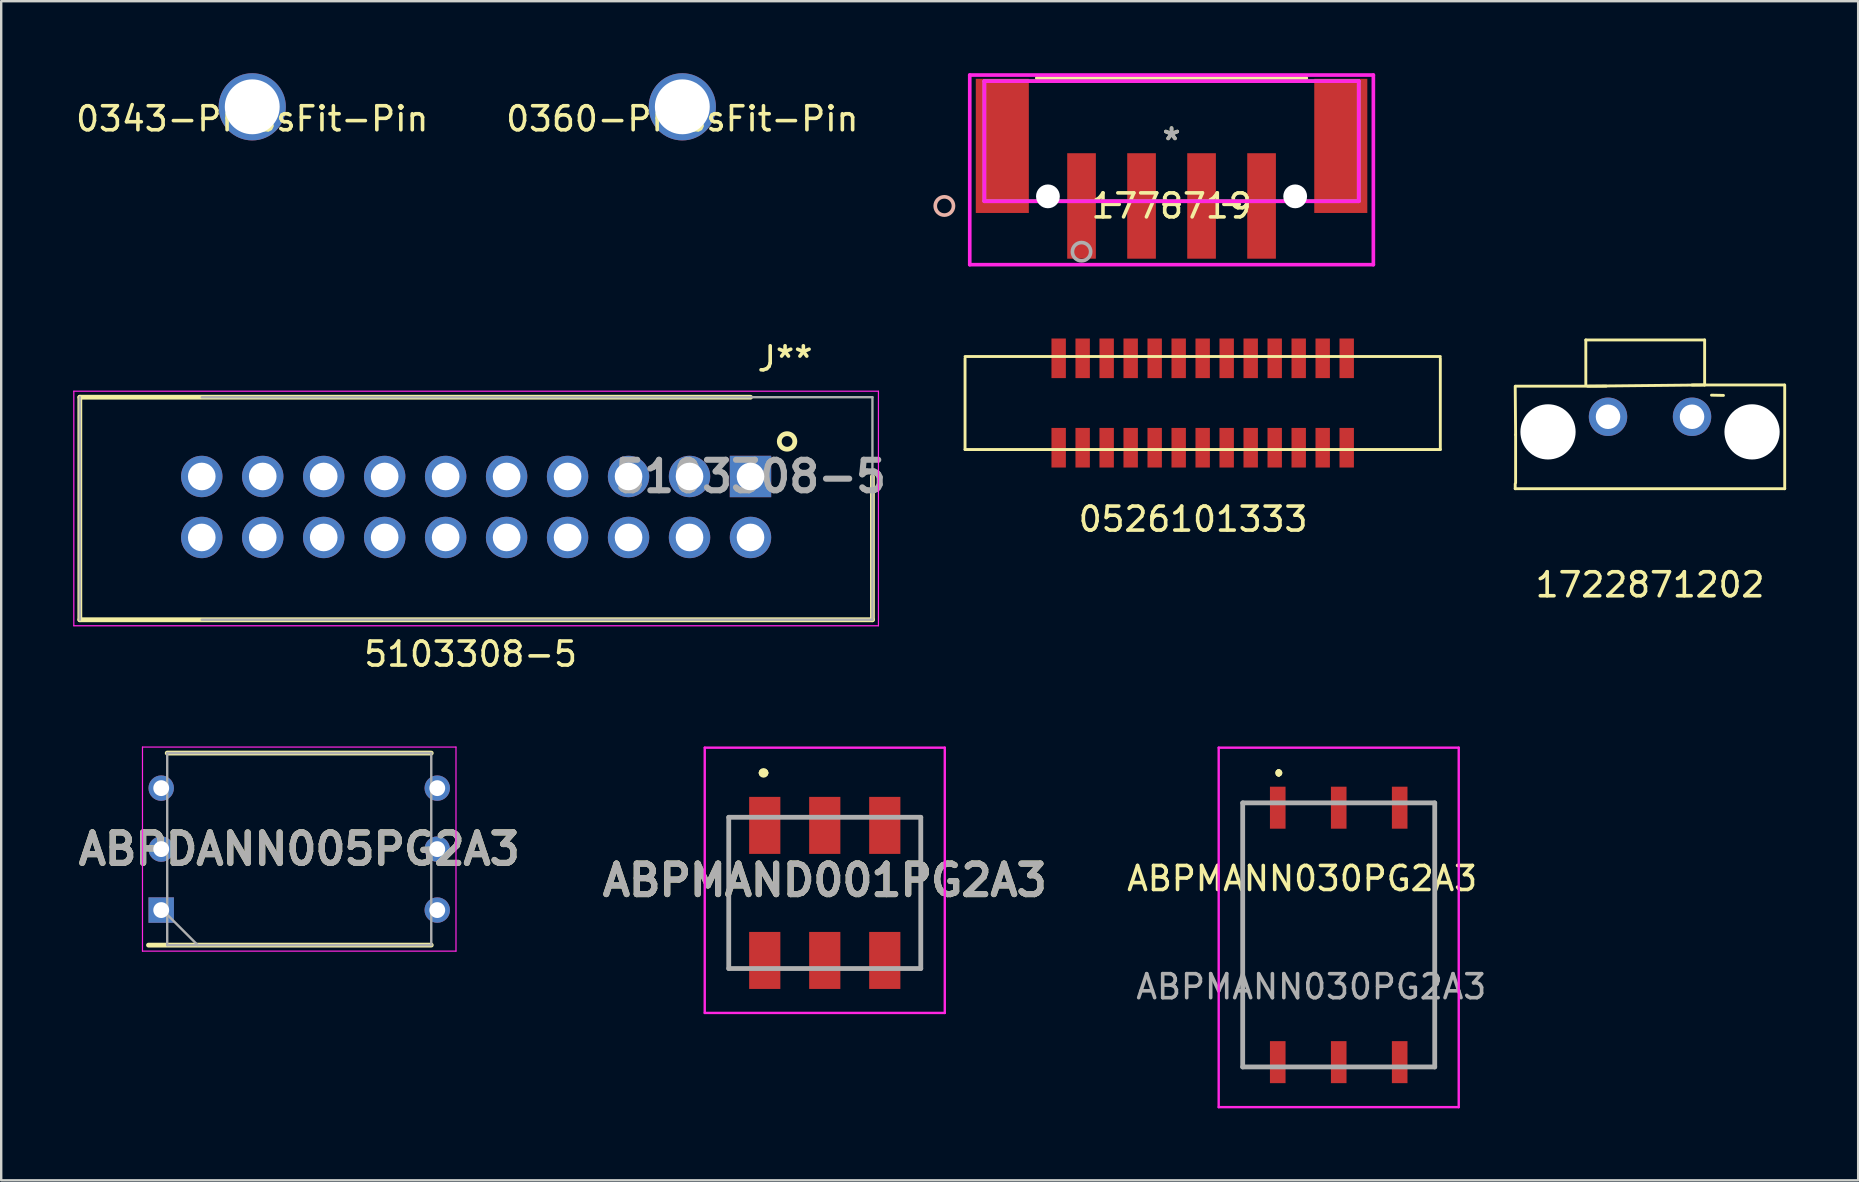
<source format=kicad_pcb>
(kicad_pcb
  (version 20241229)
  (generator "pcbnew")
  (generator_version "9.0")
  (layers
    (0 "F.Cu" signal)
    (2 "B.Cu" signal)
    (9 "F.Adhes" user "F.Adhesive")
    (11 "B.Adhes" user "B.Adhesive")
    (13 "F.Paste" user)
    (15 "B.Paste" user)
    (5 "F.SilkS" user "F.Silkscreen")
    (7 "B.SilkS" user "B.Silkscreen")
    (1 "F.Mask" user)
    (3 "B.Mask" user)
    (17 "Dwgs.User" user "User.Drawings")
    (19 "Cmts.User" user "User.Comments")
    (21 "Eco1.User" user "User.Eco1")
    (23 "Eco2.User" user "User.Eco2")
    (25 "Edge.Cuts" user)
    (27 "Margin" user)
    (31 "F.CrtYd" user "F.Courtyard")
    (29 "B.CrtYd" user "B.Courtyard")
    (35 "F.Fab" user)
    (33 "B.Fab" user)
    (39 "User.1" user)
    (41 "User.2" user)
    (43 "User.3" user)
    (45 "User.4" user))
  (footprint "0343-PressFit-Pin"
    (layer "F.Cu")
    (at 7.458 1.4)
    (property "Reference" "0343-PressFit-Pin" (at 0 0.5 0) (layer "F.SilkS") (effects (font (size 1 1) (thickness 0.15))))
    (attr through_hole)
    (pad "1" thru_hole circle (at 0 0) (size 2.8 2.8) (drill 2.286) (layers "*.Cu" "*.Mask")))
  (footprint "1722871202"
    (layer "F.Cu")
    (at 67.439 14.312)
    (property "Reference" "1722871202" (at -1.75 7 0) (layer "F.SilkS") (effects (font (size 1 1) (thickness 0.15))))
    (attr through_hole)
    (fp_line (start -7.366 2.997) (end -7.366 2.794) (stroke (width 0.12) (type solid)) (layer "F.SilkS"))
    (fp_line (start -7.35 -1.275) (end -3.575 -1.275) (stroke (width 0.12) (type solid)) (layer "F.SilkS"))
    (fp_line (start -7.35 0.75) (end -7.366 -1.27) (stroke (width 0.12) (type solid)) (layer "F.SilkS"))
    (fp_line (start -7.35 0.75) (end -7.35 2.75) (stroke (width 0.12) (type solid)) (layer "F.SilkS"))
    (fp_line (start -4.425 -3.2) (end 0.525 -3.2) (stroke (width 0.12) (type solid)) (layer "F.SilkS"))
    (fp_line (start -4.425 -1.325) (end -4.425 -3.2) (stroke (width 0.12) (type solid)) (layer "F.SilkS"))
    (fp_line (start 0 -1.325) (end 3.85 -1.325) (stroke (width 0.12) (type solid)) (layer "F.SilkS"))
    (fp_line (start 0.525 -3.2) (end 0.525 -1.325) (stroke (width 0.12) (type solid)) (layer "F.SilkS"))
    (fp_line (start 0.525 -1.325) (end -4.35 -1.275) (stroke (width 0.12) (type solid)) (layer "F.SilkS"))
    (fp_line (start 0.81 -0.9) (end 1.31 -0.89) (stroke (width 0.12) (type solid)) (layer "F.SilkS"))
    (fp_line (start 3.861 -1.321) (end 3.861 2.997) (stroke (width 0.12) (type solid)) (layer "F.SilkS"))
    (fp_line (start 3.861 2.997) (end -7.366 2.997) (stroke (width 0.12) (type solid)) (layer "F.SilkS"))
    (pad "" np_thru_hole circle (at -6 0.63) (size 2.3 2.3) (drill 2.3) (layers "*.Cu" "*.Mask"))
    (pad "" np_thru_hole circle (at 2.5 0.63) (size 2.3 2.3) (drill 2.3) (layers "*.Cu" "*.Mask"))
    (pad "1" thru_hole circle (at -3.5 0) (size 1.6 1.6) (drill 1.02) (layers "*.Cu" "*.Mask"))
    (pad "2" thru_hole circle (at 0 0) (size 1.6 1.6) (drill 1.02) (layers "*.Cu" "*.Mask")))
  (footprint "ABPMAND001PG2A3"
    (layer "F.Cu")
    (at 31.309 34.148)
    (property "Reference" "ABPMAND001PG2A3" (at 0 -0.525 0) (layer "F.SilkS") (effects (font (size 1.27 1.27) (thickness 0.254))))
    (attr smd)
    (fp_line (start -4 -3.15) (end -4 3.15) (stroke (width 0.1) (type solid)) (layer "F.SilkS"))
    (fp_line (start -2.6 -5) (end -2.6 -5) (stroke (width 0.3) (type solid)) (layer "F.SilkS"))
    (fp_line (start -2.5 -5) (end -2.5 -5) (stroke (width 0.3) (type solid)) (layer "F.SilkS"))
    (fp_line (start 4 -3.15) (end 4 3.15) (stroke (width 0.1) (type solid)) (layer "F.SilkS"))
    (fp_arc (start -2.6 -5) (mid -2.55 -5.05) (end -2.5 -5) (stroke (width 0.3) (type solid)) (layer "F.SilkS"))
    (fp_arc (start -2.5 -5) (mid -2.55 -4.95) (end -2.6 -5) (stroke (width 0.3) (type solid)) (layer "F.SilkS"))
    (fp_line (start -5 -6.05) (end 5 -6.05) (stroke (width 0.1) (type solid)) (layer "F.CrtYd"))
    (fp_line (start -5 5) (end -5 -6.05) (stroke (width 0.1) (type solid)) (layer "F.CrtYd"))
    (fp_line (start 5 -6.05) (end 5 5) (stroke (width 0.1) (type solid)) (layer "F.CrtYd"))
    (fp_line (start 5 5) (end -5 5) (stroke (width 0.1) (type solid)) (layer "F.CrtYd"))
    (fp_line (start -4 -3.15) (end 4 -3.15) (stroke (width 0.2) (type solid)) (layer "F.Fab"))
    (fp_line (start -4 3.15) (end -4 -3.15) (stroke (width 0.2) (type solid)) (layer "F.Fab"))
    (fp_line (start 4 -3.15) (end 4 3.15) (stroke (width 0.2) (type solid)) (layer "F.Fab"))
    (fp_line (start 4 3.15) (end -4 3.15) (stroke (width 0.2) (type solid)) (layer "F.Fab"))
    (fp_text user "${REFERENCE}" (at 0 -0.525 0) (layer "F.Fab") (effects (font (size 1.27 1.27) (thickness 0.254))))
    (pad "1" smd rect (at -2.5 -2.813) (size 1.3 2.375) (layers "F.Cu" "F.Mask" "F.Paste"))
    (pad "2" smd rect (at 0 -2.813) (size 1.3 2.375) (layers "F.Cu" "F.Mask" "F.Paste"))
    (pad "3" smd rect (at 2.5 -2.813) (size 1.3 2.375) (layers "F.Cu" "F.Mask" "F.Paste"))
    (pad "4" smd rect (at 2.5 2.813) (size 1.3 2.375) (layers "F.Cu" "F.Mask" "F.Paste"))
    (pad "5" smd rect (at 0 2.813) (size 1.3 2.375) (layers "F.Cu" "F.Mask" "F.Paste"))
    (pad "6" smd rect (at -2.5 2.813) (size 1.3 2.375) (layers "F.Cu" "F.Mask" "F.Paste")))
  (footprint "0360-PressFit-Pin"
    (layer "F.Cu")
    (at 25.375 1.4)
    (property "Reference" "0360-PressFit-Pin" (at 0 0.5 0) (layer "F.SilkS") (effects (font (size 1 1) (thickness 0.15))))
    (attr through_hole)
    (pad "1" thru_hole circle (at 0 0) (size 2.8 2.8) (drill 2.286) (layers "*.Cu" "*.Mask")))
  (footprint "ABPMANN030PG2A3"
    (layer "F.Cu")
    (at 52.72 35.898)
    (property "Reference" "ABPMANN030PG2A3" (at -1.524 -2.349 0) (layer "F.SilkS") (effects (font (size 1 1) (thickness 0.15))))
    (attr smd)
    (fp_line (start -4 -5.5) (end -4 5.5) (stroke (width 0.1) (type solid)) (layer "F.SilkS"))
    (fp_line (start -4 5.5) (end -3.25 5.5) (stroke (width 0.1) (type solid)) (layer "F.SilkS"))
    (fp_line (start -3.5 -5.5) (end -4 -5.5) (stroke (width 0.1) (type solid)) (layer "F.SilkS"))
    (fp_line (start -2.5 -6.8) (end -2.5 -6.8) (stroke (width 0.2) (type solid)) (layer "F.SilkS"))
    (fp_line (start -2.5 -6.7) (end -2.5 -6.7) (stroke (width 0.2) (type solid)) (layer "F.SilkS"))
    (fp_line (start -2.5 -6.7) (end -2.5 -6.7) (stroke (width 0.2) (type solid)) (layer "F.SilkS"))
    (fp_line (start 3.5 -5.5) (end 4 -5.5) (stroke (width 0.1) (type solid)) (layer "F.SilkS"))
    (fp_line (start 4 -5.5) (end 4 5.5) (stroke (width 0.1) (type solid)) (layer "F.SilkS"))
    (fp_line (start 4 5.5) (end 3.25 5.5) (stroke (width 0.1) (type solid)) (layer "F.SilkS"))
    (fp_arc (start -2.5 -6.8) (mid -2.45 -6.75) (end -2.5 -6.7) (stroke (width 0.2) (type solid)) (layer "F.SilkS"))
    (fp_arc (start -2.5 -6.8) (mid -2.45 -6.75) (end -2.5 -6.7) (stroke (width 0.2) (type solid)) (layer "F.SilkS"))
    (fp_arc (start -2.5 -6.7) (mid -2.55 -6.75) (end -2.5 -6.8) (stroke (width 0.2) (type solid)) (layer "F.SilkS"))
    (fp_line (start -5 -7.8) (end 5 -7.8) (stroke (width 0.1) (type solid)) (layer "F.CrtYd"))
    (fp_line (start -5 7.175) (end -5 -7.8) (stroke (width 0.1) (type solid)) (layer "F.CrtYd"))
    (fp_line (start 5 -7.8) (end 5 7.175) (stroke (width 0.1) (type solid)) (layer "F.CrtYd"))
    (fp_line (start 5 7.175) (end -5 7.175) (stroke (width 0.1) (type solid)) (layer "F.CrtYd"))
    (fp_line (start -4 -5.5) (end -4 5.5) (stroke (width 0.2) (type solid)) (layer "F.Fab"))
    (fp_line (start -4 5.5) (end 4 5.5) (stroke (width 0.2) (type solid)) (layer "F.Fab"))
    (fp_line (start 4 -5.5) (end -4 -5.5) (stroke (width 0.2) (type solid)) (layer "F.Fab"))
    (fp_line (start 4 5.5) (end 4 -5.5) (stroke (width 0.2) (type solid)) (layer "F.Fab"))
    (fp_text user "${REFERENCE}" (at -1.143 2.159 0) (layer "F.Fab") (effects (font (size 1 1) (thickness 0.15))))
    (pad "1" smd rect (at -2.54 -5.3) (size 0.65 1.75) (layers "F.Cu" "F.Mask" "F.Paste"))
    (pad "2" smd rect (at 0 -5.3) (size 0.65 1.75) (layers "F.Cu" "F.Mask" "F.Paste"))
    (pad "3" smd rect (at 2.54 -5.3) (size 0.65 1.75) (layers "F.Cu" "F.Mask" "F.Paste"))
    (pad "4" smd rect (at -2.54 5.3) (size 0.65 1.75) (layers "F.Cu" "F.Mask" "F.Paste"))
    (pad "5" smd rect (at 0 5.3) (size 0.65 1.75) (layers "F.Cu" "F.Mask" "F.Paste"))
    (pad "6" smd rect (at 2.54 5.3) (size 0.65 1.75) (layers "F.Cu" "F.Mask" "F.Paste")))
  (footprint "ABPDANN005PG2A3"
    (layer "F.Cu")
    (at 9.416 32.323)
    (property "Reference" "ABPDANN005PG2A3" (at 0 0 0) (layer "F.SilkS") (effects (font (size 1.27 1.27) (thickness 0.254))))
    (attr through_hole)
    (fp_line (start -6.28 4) (end 5.5 4) (stroke (width 0.2) (type solid)) (layer "F.SilkS"))
    (fp_line (start -5.5 -4) (end 5.5 -4) (stroke (width 0.2) (type solid)) (layer "F.SilkS"))
    (fp_line (start -6.53 -4.25) (end -6.53 4.25) (stroke (width 0.05) (type solid)) (layer "F.CrtYd"))
    (fp_line (start -6.53 4.25) (end 6.53 4.25) (stroke (width 0.05) (type solid)) (layer "F.CrtYd"))
    (fp_line (start 6.53 -4.25) (end -6.53 -4.25) (stroke (width 0.05) (type solid)) (layer "F.CrtYd"))
    (fp_line (start 6.53 4.25) (end 6.53 -4.25) (stroke (width 0.05) (type solid)) (layer "F.CrtYd"))
    (fp_line (start -5.5 -4) (end -5.5 4) (stroke (width 0.1) (type solid)) (layer "F.Fab"))
    (fp_line (start -5.5 2.73) (end -4.23 4) (stroke (width 0.1) (type solid)) (layer "F.Fab"))
    (fp_line (start -5.5 4) (end 5.5 4) (stroke (width 0.1) (type solid)) (layer "F.Fab"))
    (fp_line (start 5.5 -4) (end -5.5 -4) (stroke (width 0.1) (type solid)) (layer "F.Fab"))
    (fp_line (start 5.5 4) (end 5.5 -4) (stroke (width 0.1) (type solid)) (layer "F.Fab"))
    (fp_text user "${REFERENCE}" (at 0 0 0) (layer "F.Fab") (effects (font (size 1.27 1.27) (thickness 0.254))))
    (pad "1" thru_hole rect (at -5.75 2.54) (size 1.06 1.06) (drill 0.66) (layers "*.Cu" "*.Mask"))
    (pad "2" thru_hole circle (at -5.75 0) (size 1.06 1.06) (drill 0.66) (layers "*.Cu" "*.Mask"))
    (pad "3" thru_hole circle (at -5.75 -2.54) (size 1.06 1.06) (drill 0.66) (layers "*.Cu" "*.Mask"))
    (pad "4" thru_hole circle (at 5.75 -2.54) (size 1.06 1.06) (drill 0.66) (layers "*.Cu" "*.Mask"))
    (pad "5" thru_hole circle (at 5.75 0) (size 1.06 1.06) (drill 0.66) (layers "*.Cu" "*.Mask"))
    (pad "6" thru_hole circle (at 5.75 2.54) (size 1.06 1.06) (drill 0.66) (layers "*.Cu" "*.Mask")))
  (footprint "5103308-5"
    (layer "F.Cu")
    (at 16.755 18.1)
    (property "Reference" "5103308-5" (at -0.2 6.1 0) (layer "F.SilkS") (effects (font (size 1 1) (thickness 0.15))))
    (attr through_hole)
    (fp_line (start -16.48 -4.602) (end -16.48 4.669) (stroke (width 0.2) (type solid)) (layer "F.SilkS"))
    (fp_line (start -16.48 4.669) (end 16.54 4.669) (stroke (width 0.2) (type solid)) (layer "F.SilkS"))
    (fp_line (start 11.46 -4.602) (end -16.48 -4.602) (stroke (width 0.2) (type solid)) (layer "F.SilkS"))
    (fp_line (start 16.54 4.669) (end 16.54 -1.3) (stroke (width 0.2) (type solid)) (layer "F.SilkS"))
    (fp_circle (center 12.984 -2.76) (end 13.302 -2.697) (stroke (width 0.2) (type solid)) (fill no) (layer "F.SilkS"))
    (fp_line (start -16.73 -4.852) (end -16.73 4.919) (stroke (width 0.05) (type solid)) (layer "F.CrtYd"))
    (fp_line (start -16.73 4.919) (end 16.79 4.919) (stroke (width 0.05) (type solid)) (layer "F.CrtYd"))
    (fp_line (start 16.79 -4.852) (end -16.73 -4.852) (stroke (width 0.05) (type solid)) (layer "F.CrtYd"))
    (fp_line (start 16.79 4.919) (end 16.79 -4.852) (stroke (width 0.05) (type solid)) (layer "F.CrtYd"))
    (fp_line (start -16.48 -4.602) (end -16.48 4.669) (stroke (width 0.1) (type solid)) (layer "F.Fab"))
    (fp_line (start -11.4 4.669) (end 16.54 4.669) (stroke (width 0.1) (type solid)) (layer "F.Fab"))
    (fp_line (start 16.54 -4.602) (end -11.4 -4.602) (stroke (width 0.1) (type solid)) (layer "F.Fab"))
    (fp_line (start 16.54 4.669) (end 16.54 -4.602) (stroke (width 0.1) (type solid)) (layer "F.Fab"))
    (fp_text user "J**" (at 12.9 -6.2 0) (layer "F.SilkS") (effects (font (size 1 1) (thickness 0.15))))
    (fp_text user "${REFERENCE}" (at 11.46 -1.3 0) (layer "F.Fab") (effects (font (size 1.27 1.27) (thickness 0.254))))
    (pad "1" thru_hole rect (at 11.46 -1.3) (size 1.725 1.725) (drill 1.15) (layers "*.Cu" "*.Mask"))
    (pad "2" thru_hole circle (at 11.46 1.24) (size 1.725 1.725) (drill 1.15) (layers "*.Cu" "*.Mask"))
    (pad "3" thru_hole circle (at 8.92 -1.3) (size 1.725 1.725) (drill 1.15) (layers "*.Cu" "*.Mask"))
    (pad "4" thru_hole circle (at 8.92 1.24) (size 1.725 1.725) (drill 1.15) (layers "*.Cu" "*.Mask"))
    (pad "5" thru_hole circle (at 6.38 -1.3) (size 1.725 1.725) (drill 1.15) (layers "*.Cu" "*.Mask"))
    (pad "6" thru_hole circle (at 6.38 1.24) (size 1.725 1.725) (drill 1.15) (layers "*.Cu" "*.Mask"))
    (pad "7" thru_hole circle (at 3.84 -1.3) (size 1.725 1.725) (drill 1.15) (layers "*.Cu" "*.Mask"))
    (pad "8" thru_hole circle (at 3.84 1.24) (size 1.725 1.725) (drill 1.15) (layers "*.Cu" "*.Mask"))
    (pad "9" thru_hole circle (at 1.3 -1.3) (size 1.725 1.725) (drill 1.15) (layers "*.Cu" "*.Mask"))
    (pad "10" thru_hole circle (at 1.3 1.24) (size 1.725 1.725) (drill 1.15) (layers "*.Cu" "*.Mask"))
    (pad "11" thru_hole circle (at -1.24 -1.3) (size 1.725 1.725) (drill 1.15) (layers "*.Cu" "*.Mask"))
    (pad "12" thru_hole circle (at -1.24 1.24) (size 1.725 1.725) (drill 1.15) (layers "*.Cu" "*.Mask"))
    (pad "13" thru_hole circle (at -3.78 -1.3) (size 1.725 1.725) (drill 1.15) (layers "*.Cu" "*.Mask"))
    (pad "14" thru_hole circle (at -3.78 1.24) (size 1.725 1.725) (drill 1.15) (layers "*.Cu" "*.Mask"))
    (pad "15" thru_hole circle (at -6.32 -1.3) (size 1.725 1.725) (drill 1.15) (layers "*.Cu" "*.Mask"))
    (pad "16" thru_hole circle (at -6.32 1.24) (size 1.725 1.725) (drill 1.15) (layers "*.Cu" "*.Mask"))
    (pad "17" thru_hole circle (at -8.86 -1.3) (size 1.725 1.725) (drill 1.15) (layers "*.Cu" "*.Mask"))
    (pad "18" thru_hole circle (at -8.86 1.24) (size 1.725 1.725) (drill 1.15) (layers "*.Cu" "*.Mask"))
    (pad "19" thru_hole circle (at -11.4 -1.3) (size 1.725 1.725) (drill 1.15) (layers "*.Cu" "*.Mask"))
    (pad "20" thru_hole circle (at -11.4 1.24) (size 1.725 1.725) (drill 1.15) (layers "*.Cu" "*.Mask")))
  (footprint "0526101333"
    (layer "F.Cu")
    (at 47.053 11.877)
    (property "Reference" "0526101333" (at -0.4 6.7 0) (layer "F.SilkS") (effects (font (size 1 1) (thickness 0.15))))
    (attr smd)
    (fp_line (start -9.9 -0.075) (end 9.9 -0.075) (stroke (width 0.12) (type solid)) (layer "F.SilkS"))
    (fp_line (start -9.9 3.8) (end -9.9 0) (stroke (width 0.12) (type solid)) (layer "F.SilkS"))
    (fp_line (start -9.9 3.8) (end 9.9 3.8) (stroke (width 0.12) (type solid)) (layer "F.SilkS"))
    (fp_line (start 9.9 0) (end 9.9 3.8) (stroke (width 0.12) (type solid)) (layer "F.SilkS"))
    (pad "1" smd rect (at -6 0) (size 0.6 1.65) (layers "F.Cu" "F.Mask" "F.Paste"))
    (pad "1" smd rect (at -6 3.725) (size 0.6 1.65) (layers "F.Cu" "F.Mask" "F.Paste"))
    (pad "2" smd rect (at -5 0) (size 0.6 1.65) (layers "F.Cu" "F.Mask" "F.Paste"))
    (pad "2" smd rect (at -5 3.725) (size 0.6 1.65) (layers "F.Cu" "F.Mask" "F.Paste"))
    (pad "3" smd rect (at -4 0) (size 0.6 1.65) (layers "F.Cu" "F.Mask" "F.Paste"))
    (pad "3" smd rect (at -4 3.725) (size 0.6 1.65) (layers "F.Cu" "F.Mask" "F.Paste"))
    (pad "4" smd rect (at -3 0) (size 0.6 1.65) (layers "F.Cu" "F.Mask" "F.Paste"))
    (pad "4" smd rect (at -3 3.725) (size 0.6 1.65) (layers "F.Cu" "F.Mask" "F.Paste"))
    (pad "5" smd rect (at -2 0) (size 0.6 1.65) (layers "F.Cu" "F.Mask" "F.Paste"))
    (pad "5" smd rect (at -2 3.725) (size 0.6 1.65) (layers "F.Cu" "F.Mask" "F.Paste"))
    (pad "6" smd rect (at -1 0) (size 0.6 1.65) (layers "F.Cu" "F.Mask" "F.Paste"))
    (pad "6" smd rect (at -1 3.725) (size 0.6 1.65) (layers "F.Cu" "F.Mask" "F.Paste"))
    (pad "7" smd rect (at 0 0) (size 0.6 1.65) (layers "F.Cu" "F.Mask" "F.Paste"))
    (pad "7" smd rect (at 0 3.725) (size 0.6 1.65) (layers "F.Cu" "F.Mask" "F.Paste"))
    (pad "8" smd rect (at 1 0) (size 0.6 1.65) (layers "F.Cu" "F.Mask" "F.Paste"))
    (pad "8" smd rect (at 1 3.725) (size 0.6 1.65) (layers "F.Cu" "F.Mask" "F.Paste"))
    (pad "9" smd rect (at 2 0) (size 0.6 1.65) (layers "F.Cu" "F.Mask" "F.Paste"))
    (pad "9" smd rect (at 2 3.725) (size 0.6 1.65) (layers "F.Cu" "F.Mask" "F.Paste"))
    (pad "10" smd rect (at 3 0) (size 0.6 1.65) (layers "F.Cu" "F.Mask" "F.Paste"))
    (pad "10" smd rect (at 3 3.725) (size 0.6 1.65) (layers "F.Cu" "F.Mask" "F.Paste"))
    (pad "11" smd rect (at 4 0) (size 0.6 1.65) (layers "F.Cu" "F.Mask" "F.Paste"))
    (pad "11" smd rect (at 4 3.725) (size 0.6 1.65) (layers "F.Cu" "F.Mask" "F.Paste"))
    (pad "12" smd rect (at 5 0) (size 0.6 1.65) (layers "F.Cu" "F.Mask" "F.Paste"))
    (pad "12" smd rect (at 5 3.725) (size 0.6 1.65) (layers "F.Cu" "F.Mask" "F.Paste"))
    (pad "13" smd rect (at 6 0) (size 0.6 1.65) (layers "F.Cu" "F.Mask" "F.Paste"))
    (pad "13" smd rect (at 6 3.725) (size 0.6 1.65) (layers "F.Cu" "F.Mask" "F.Paste")))
  (footprint "1778719"
    (layer "F.Cu")
    (at 45.756 2.832)
    (property "Reference" "1778719" (at 0 2.698 0) (layer "F.SilkS") (effects (font (size 1 1) (thickness 0.15))))
    (attr through_hole)
    (fp_line (start -2.82 2.629) (end -2.18 2.629) (stroke (width 0.152) (type solid)) (layer "F.SilkS"))
    (fp_line (start -0.32 2.629) (end 0.32 2.629) (stroke (width 0.152) (type solid)) (layer "F.SilkS"))
    (fp_line (start 2.18 2.629) (end 2.82 2.629) (stroke (width 0.152) (type solid)) (layer "F.SilkS"))
    (fp_line (start 5.614 -2.629) (end -5.614 -2.629) (stroke (width 0.152) (type solid)) (layer "F.SilkS"))
    (fp_circle (center -9.465 2.698) (end -9.084 2.698) (stroke (width 0.152) (type solid)) (fill no) (layer "B.SilkS"))
    (fp_line (start -8.407 -2.756) (end -8.407 5.144) (stroke (width 0.152) (type solid)) (layer "F.CrtYd"))
    (fp_line (start -8.407 5.144) (end 8.407 5.144) (stroke (width 0.152) (type solid)) (layer "F.CrtYd"))
    (fp_line (start -7.798 -2.502) (end -7.798 2.502) (stroke (width 0.152) (type solid)) (layer "F.CrtYd"))
    (fp_line (start -7.798 2.502) (end 7.798 2.502) (stroke (width 0.152) (type solid)) (layer "F.CrtYd"))
    (fp_line (start 7.798 -2.502) (end -7.798 -2.502) (stroke (width 0.152) (type solid)) (layer "F.CrtYd"))
    (fp_line (start 7.798 2.502) (end 7.798 -2.502) (stroke (width 0.152) (type solid)) (layer "F.CrtYd"))
    (fp_line (start 8.407 -2.756) (end -8.407 -2.756) (stroke (width 0.152) (type solid)) (layer "F.CrtYd"))
    (fp_line (start 8.407 5.144) (end 8.407 -2.756) (stroke (width 0.152) (type solid)) (layer "F.CrtYd"))
    (fp_line (start -7.798 -2.502) (end -7.798 2.502) (stroke (width 0.152) (type solid)) (layer "F.Fab"))
    (fp_line (start -7.798 2.502) (end 7.798 2.502) (stroke (width 0.152) (type solid)) (layer "F.Fab"))
    (fp_line (start 7.798 -2.502) (end -7.798 -2.502) (stroke (width 0.152) (type solid)) (layer "F.Fab"))
    (fp_line (start 7.798 2.502) (end 7.798 -2.502) (stroke (width 0.152) (type solid)) (layer "F.Fab"))
    (fp_circle (center -3.75 4.603) (end -3.369 4.603) (stroke (width 0.152) (type solid)) (fill no) (layer "F.Fab"))
    (fp_text user "*" (at 0 0 0) (layer "F.SilkS") (effects (font (size 1 1) (thickness 0.15))))
    (fp_text user "Copyright 2016 Accelerated Designs. All rights reserved." (at 0 0 0) (layer "Cmts.User") (effects (font (size 0.127 0.127) (thickness 0.002))))
    (fp_text user "*" (at 0 0 0) (layer "F.Fab") (effects (font (size 1 1) (thickness 0.15))))
    (pad "" np_thru_hole circle (at -5.15 2.298) (size 0.991 0.991) (drill 0.991) (layers "*.Cu" "*.Mask"))
    (pad "" np_thru_hole circle (at 5.15 2.298) (size 0.991 0.991) (drill 0.991) (layers "*.Cu" "*.Mask"))
    (pad "1" smd rect (at -3.75 2.698) (size 1.194 4.394) (layers "F.Cu" "F.Mask" "F.Paste"))
    (pad "2" smd rect (at -1.25 2.698) (size 1.194 4.394) (layers "F.Cu" "F.Mask" "F.Paste"))
    (pad "3" smd rect (at 1.25 2.698) (size 1.194 4.394) (layers "F.Cu" "F.Mask" "F.Paste"))
    (pad "4" smd rect (at 3.75 2.698) (size 1.194 4.394) (layers "F.Cu" "F.Mask" "F.Paste"))
    (pad "5" smd rect (at -7.05 0.196) (size 2.21 5.588) (layers "F.Cu" "F.Mask" "F.Paste"))
    (pad "6" smd rect (at 7.05 0.196) (size 2.21 5.588) (layers "F.Cu" "F.Mask" "F.Paste")))
  (gr_rect
    (start -3 -3)
    (end 74.36 46.123)
    (stroke (width 0.1) (type default))
    (fill no)
    (layer "Edge.Cuts")))
</source>
